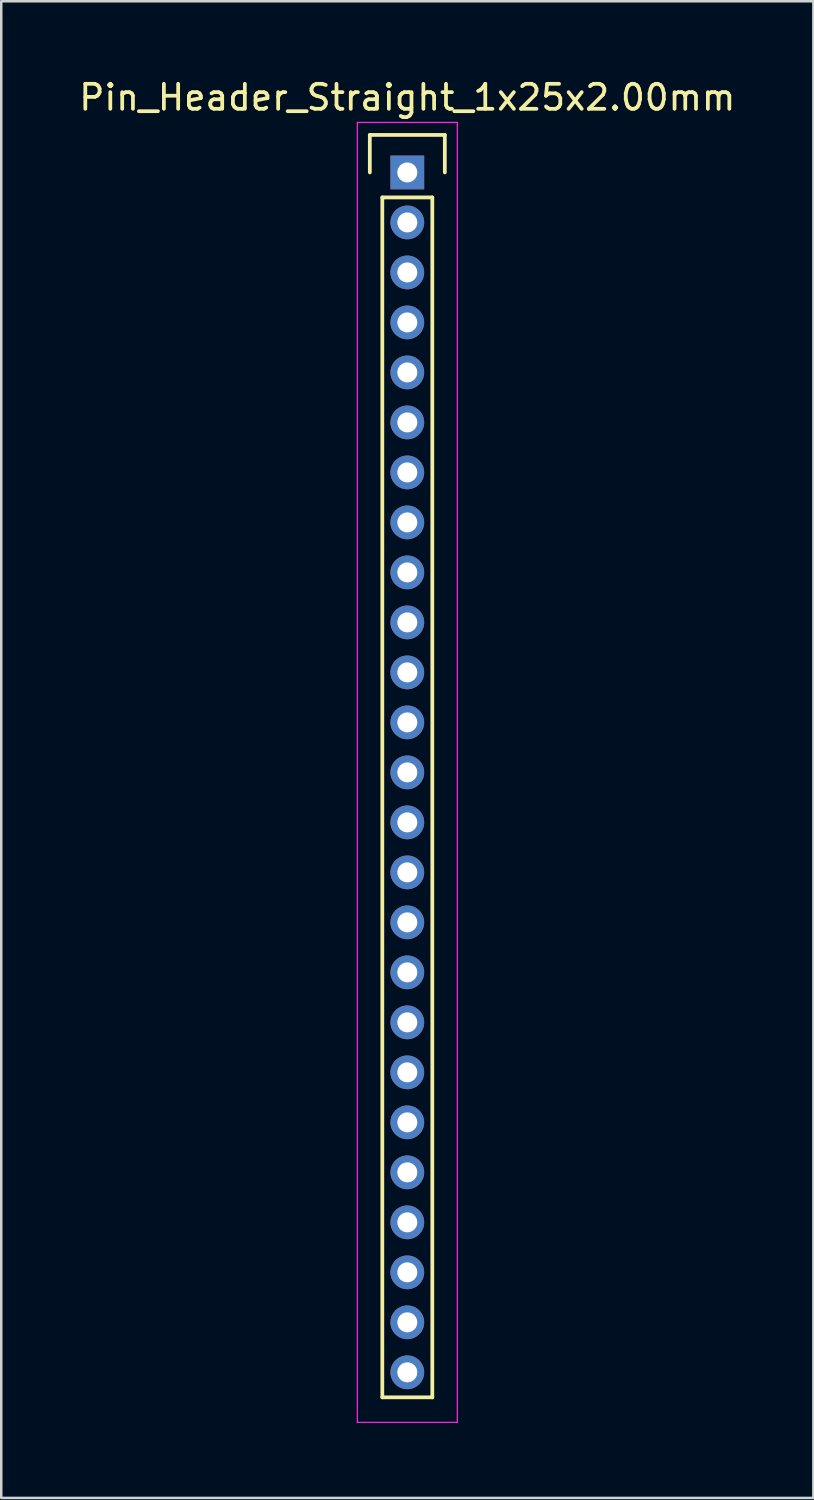
<source format=kicad_pcb>
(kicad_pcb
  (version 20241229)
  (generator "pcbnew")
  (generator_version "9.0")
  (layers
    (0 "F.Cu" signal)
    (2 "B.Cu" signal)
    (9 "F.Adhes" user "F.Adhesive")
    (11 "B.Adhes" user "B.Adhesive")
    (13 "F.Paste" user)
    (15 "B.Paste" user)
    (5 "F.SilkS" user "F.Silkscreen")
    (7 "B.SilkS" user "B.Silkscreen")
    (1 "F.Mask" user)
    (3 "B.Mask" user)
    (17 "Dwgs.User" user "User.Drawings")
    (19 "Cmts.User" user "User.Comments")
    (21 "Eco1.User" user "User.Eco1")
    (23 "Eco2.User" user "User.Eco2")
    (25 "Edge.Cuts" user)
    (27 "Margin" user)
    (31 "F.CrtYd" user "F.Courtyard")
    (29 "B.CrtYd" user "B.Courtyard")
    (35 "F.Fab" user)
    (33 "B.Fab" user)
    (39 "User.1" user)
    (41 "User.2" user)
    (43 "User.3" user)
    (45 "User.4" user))
  (footprint "Pin_Header_Straight_1x25x2.00mm"
    (layer "F.Cu")
    (at 13.244 3.848)
    (property "Reference" "Pin_Header_Straight_1x25x2.00mm" (at 0 -3 0) (layer "F.SilkS") (effects (font (size 1 1) (thickness 0.15))))
    (attr through_hole)
    (fp_line (start -1.5 -1.5) (end 1.5 -1.5) (stroke (width 0.15) (type solid)) (layer "F.SilkS"))
    (fp_line (start -1.5 0) (end -1.5 -1.5) (stroke (width 0.15) (type solid)) (layer "F.SilkS"))
    (fp_line (start -1 1) (end 1 1) (stroke (width 0.15) (type solid)) (layer "F.SilkS"))
    (fp_line (start -1 49) (end -1 1) (stroke (width 0.15) (type solid)) (layer "F.SilkS"))
    (fp_line (start 1 1) (end 1 49) (stroke (width 0.15) (type solid)) (layer "F.SilkS"))
    (fp_line (start 1 49) (end -1 49) (stroke (width 0.15) (type solid)) (layer "F.SilkS"))
    (fp_line (start 1.5 -1.5) (end 1.5 0) (stroke (width 0.15) (type solid)) (layer "F.SilkS"))
    (fp_line (start -2 -2) (end 2 -2) (stroke (width 0.05) (type solid)) (layer "F.CrtYd"))
    (fp_line (start -2 50) (end -2 -2) (stroke (width 0.05) (type solid)) (layer "F.CrtYd"))
    (fp_line (start 2 -2) (end 2 50) (stroke (width 0.05) (type solid)) (layer "F.CrtYd"))
    (fp_line (start 2 50) (end -2 50) (stroke (width 0.05) (type solid)) (layer "F.CrtYd"))
    (pad "1" thru_hole rect (at 0 0) (size 1.35 1.35) (drill 0.8) (layers "*.Cu" "*.Mask"))
    (pad "2" thru_hole circle (at 0 2) (size 1.35 1.35) (drill 0.8) (layers "*.Cu" "*.Mask"))
    (pad "3" thru_hole circle (at 0 4) (size 1.35 1.35) (drill 0.8) (layers "*.Cu" "*.Mask"))
    (pad "4" thru_hole circle (at 0 6) (size 1.35 1.35) (drill 0.8) (layers "*.Cu" "*.Mask"))
    (pad "5" thru_hole circle (at 0 8) (size 1.35 1.35) (drill 0.8) (layers "*.Cu" "*.Mask"))
    (pad "6" thru_hole circle (at 0 10) (size 1.35 1.35) (drill 0.8) (layers "*.Cu" "*.Mask"))
    (pad "7" thru_hole circle (at 0 12) (size 1.35 1.35) (drill 0.8) (layers "*.Cu" "*.Mask"))
    (pad "8" thru_hole circle (at 0 14) (size 1.35 1.35) (drill 0.8) (layers "*.Cu" "*.Mask"))
    (pad "9" thru_hole circle (at 0 16) (size 1.35 1.35) (drill 0.8) (layers "*.Cu" "*.Mask"))
    (pad "10" thru_hole circle (at 0 18) (size 1.35 1.35) (drill 0.8) (layers "*.Cu" "*.Mask"))
    (pad "11" thru_hole circle (at 0 20) (size 1.35 1.35) (drill 0.8) (layers "*.Cu" "*.Mask"))
    (pad "12" thru_hole circle (at 0 22) (size 1.35 1.35) (drill 0.8) (layers "*.Cu" "*.Mask"))
    (pad "13" thru_hole circle (at 0 24) (size 1.35 1.35) (drill 0.8) (layers "*.Cu" "*.Mask"))
    (pad "14" thru_hole circle (at 0 26) (size 1.35 1.35) (drill 0.8) (layers "*.Cu" "*.Mask"))
    (pad "15" thru_hole circle (at 0 28) (size 1.35 1.35) (drill 0.8) (layers "*.Cu" "*.Mask"))
    (pad "16" thru_hole circle (at 0 30) (size 1.35 1.35) (drill 0.8) (layers "*.Cu" "*.Mask"))
    (pad "17" thru_hole circle (at 0 32) (size 1.35 1.35) (drill 0.8) (layers "*.Cu" "*.Mask"))
    (pad "18" thru_hole circle (at 0 34) (size 1.35 1.35) (drill 0.8) (layers "*.Cu" "*.Mask"))
    (pad "19" thru_hole circle (at 0 36) (size 1.35 1.35) (drill 0.8) (layers "*.Cu" "*.Mask"))
    (pad "20" thru_hole circle (at 0 38) (size 1.35 1.35) (drill 0.8) (layers "*.Cu" "*.Mask"))
    (pad "21" thru_hole circle (at 0 40) (size 1.35 1.35) (drill 0.8) (layers "*.Cu" "*.Mask"))
    (pad "22" thru_hole circle (at 0 42) (size 1.35 1.35) (drill 0.8) (layers "*.Cu" "*.Mask"))
    (pad "23" thru_hole circle (at 0 44) (size 1.35 1.35) (drill 0.8) (layers "*.Cu" "*.Mask"))
    (pad "24" thru_hole circle (at 0 46) (size 1.35 1.35) (drill 0.8) (layers "*.Cu" "*.Mask"))
    (pad "25" thru_hole circle (at 0 48) (size 1.35 1.35) (drill 0.8) (layers "*.Cu" "*.Mask")))
  (gr_rect
    (start -3 -3)
    (end 29.488 56.873)
    (stroke (width 0.1) (type default))
    (fill no)
    (layer "Edge.Cuts")))
</source>
